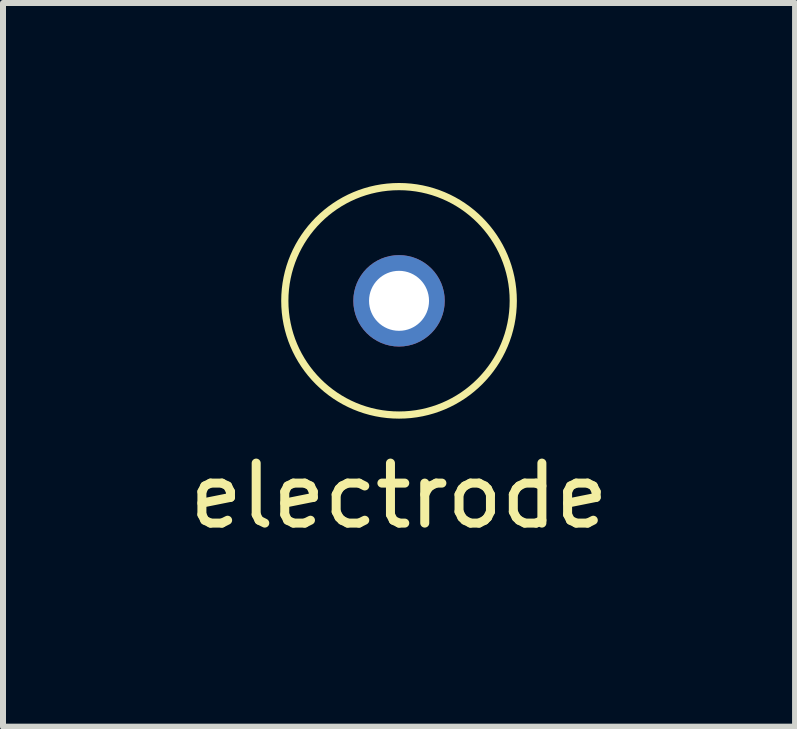
<source format=kicad_pcb>
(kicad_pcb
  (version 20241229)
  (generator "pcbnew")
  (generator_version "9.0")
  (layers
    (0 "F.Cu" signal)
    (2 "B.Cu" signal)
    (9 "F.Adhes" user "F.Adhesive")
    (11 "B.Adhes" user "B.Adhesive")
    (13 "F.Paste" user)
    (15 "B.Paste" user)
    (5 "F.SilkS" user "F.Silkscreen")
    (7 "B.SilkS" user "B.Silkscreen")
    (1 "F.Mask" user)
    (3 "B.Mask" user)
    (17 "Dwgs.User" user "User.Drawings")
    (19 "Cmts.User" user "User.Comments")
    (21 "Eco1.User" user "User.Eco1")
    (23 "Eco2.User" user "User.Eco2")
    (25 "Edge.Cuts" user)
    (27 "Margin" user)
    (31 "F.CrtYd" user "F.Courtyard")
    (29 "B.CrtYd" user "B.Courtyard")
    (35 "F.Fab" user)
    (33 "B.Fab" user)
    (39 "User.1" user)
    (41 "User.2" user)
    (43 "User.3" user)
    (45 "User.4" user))
  (footprint "electrode"
    (layer "F.Cu")
    (at 3.601 1.964)
    (property "Reference" "electrode" (at 0 3.25 0) (layer "F.SilkS") (effects (font (size 1 1) (thickness 0.15))))
    (attr through_hole)
    (fp_circle (center 0 0) (end 1.75 -0.75) (stroke (width 0.12) (type solid)) (fill no) (layer "F.SilkS"))
    (pad "1" thru_hole circle (at 0 0) (size 1.524 1.524) (drill 1) (layers "*.Cu" "*.Mask")))
  (gr_rect
    (start -3 -3)
    (end 10.202 9.062)
    (stroke (width 0.1) (type default))
    (fill no)
    (layer "Edge.Cuts")))
</source>
